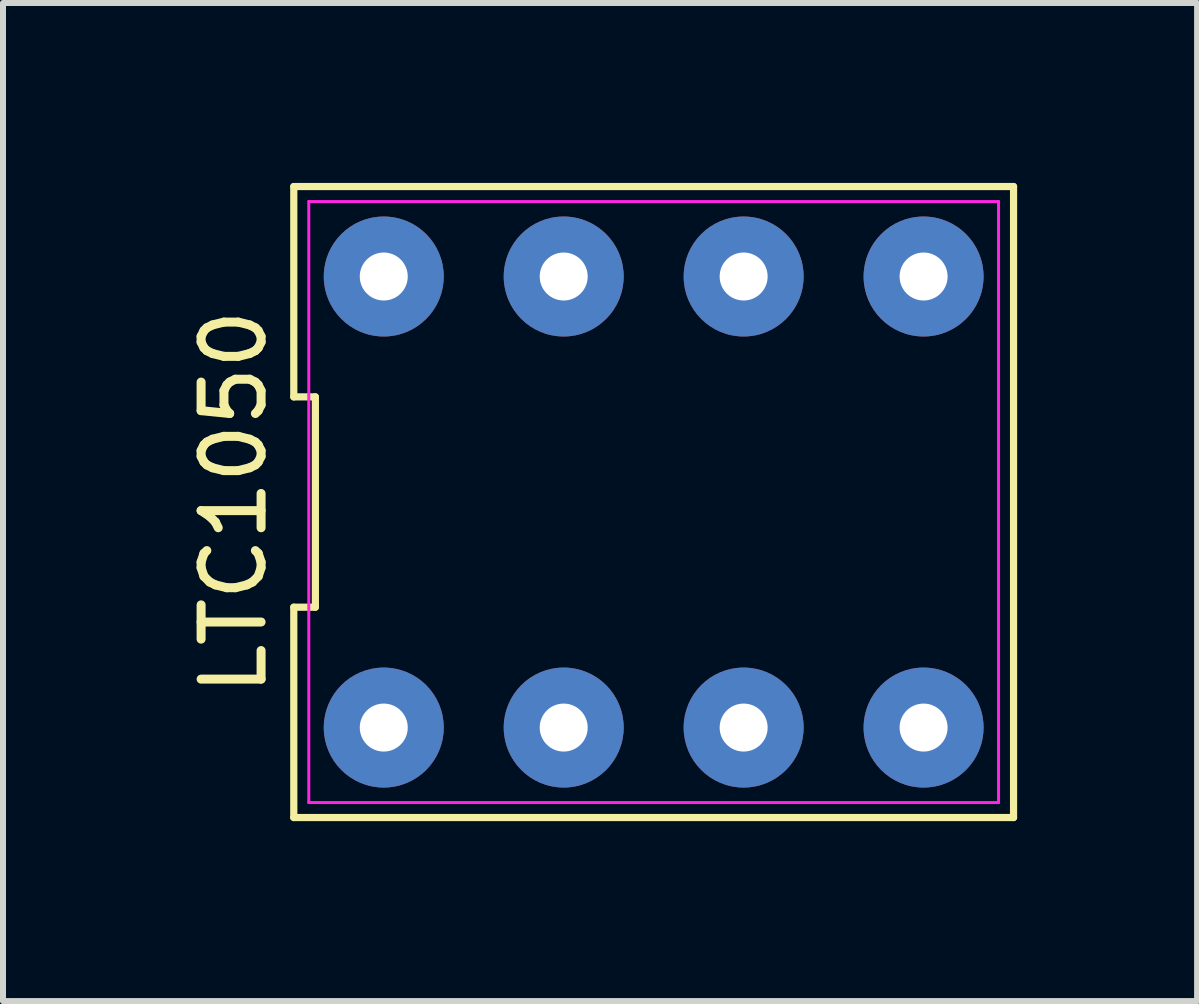
<source format=kicad_pcb>
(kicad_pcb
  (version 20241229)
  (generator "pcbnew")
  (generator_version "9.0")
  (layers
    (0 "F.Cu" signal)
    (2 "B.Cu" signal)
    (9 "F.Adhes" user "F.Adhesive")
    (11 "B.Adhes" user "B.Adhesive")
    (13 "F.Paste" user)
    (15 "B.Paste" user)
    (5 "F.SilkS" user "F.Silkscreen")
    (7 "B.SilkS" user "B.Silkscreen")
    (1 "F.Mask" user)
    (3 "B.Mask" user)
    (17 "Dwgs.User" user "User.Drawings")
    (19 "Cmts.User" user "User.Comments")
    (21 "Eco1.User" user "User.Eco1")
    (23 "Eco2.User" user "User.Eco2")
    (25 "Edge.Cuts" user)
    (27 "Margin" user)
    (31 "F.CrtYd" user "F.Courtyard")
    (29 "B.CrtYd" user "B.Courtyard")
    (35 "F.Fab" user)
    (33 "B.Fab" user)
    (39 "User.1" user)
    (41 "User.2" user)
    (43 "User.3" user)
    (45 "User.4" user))
  (footprint "LTC1050"
    (layer "F.Cu")
    (at 7.848 5.32)
    (property "Reference" "LTC1050" (at -7 0 90) (layer "F.SilkS") (effects (font (size 1 1) (thickness 0.15))))
    (attr through_hole)
    (fp_line (start -6 -5.26) (end -6 -1.753) (stroke (width 0.12) (type solid)) (layer "F.SilkS"))
    (fp_line (start -6 -1.753) (end -5.64 -1.753) (stroke (width 0.12) (type solid)) (layer "F.SilkS"))
    (fp_line (start -6 1.753) (end -6 5.26) (stroke (width 0.12) (type solid)) (layer "F.SilkS"))
    (fp_line (start -6 5.26) (end 6 5.26) (stroke (width 0.12) (type solid)) (layer "F.SilkS"))
    (fp_line (start -5.64 -1.753) (end -5.64 1.753) (stroke (width 0.12) (type solid)) (layer "F.SilkS"))
    (fp_line (start -5.64 1.753) (end -6 1.753) (stroke (width 0.12) (type solid)) (layer "F.SilkS"))
    (fp_line (start 6 -5.26) (end -6 -5.26) (stroke (width 0.12) (type solid)) (layer "F.SilkS"))
    (fp_line (start 6 5.26) (end 6 -5.26) (stroke (width 0.12) (type solid)) (layer "F.SilkS"))
    (fp_line (start -5.75 -5.01) (end 5.75 -5.01) (stroke (width 0.05) (type solid)) (layer "F.CrtYd"))
    (fp_line (start -5.75 5.01) (end -5.75 -5.01) (stroke (width 0.05) (type solid)) (layer "F.CrtYd"))
    (fp_line (start 5.75 -5.01) (end 5.75 5.01) (stroke (width 0.05) (type solid)) (layer "F.CrtYd"))
    (fp_line (start 5.75 5.01) (end -5.75 5.01) (stroke (width 0.05) (type solid)) (layer "F.CrtYd"))
    (pad "1" thru_hole circle (at -4.5 3.76) (size 2 2) (drill 0.8) (layers "*.Cu" "*.Mask"))
    (pad "2" thru_hole circle (at -1.5 3.76) (size 2 2) (drill 0.8) (layers "*.Cu" "*.Mask"))
    (pad "3" thru_hole circle (at 1.5 3.76) (size 2 2) (drill 0.8) (layers "*.Cu" "*.Mask"))
    (pad "4" thru_hole circle (at 4.5 3.76) (size 2 2) (drill 0.8) (layers "*.Cu" "*.Mask"))
    (pad "5" thru_hole circle (at 4.5 -3.76) (size 2 2) (drill 0.8) (layers "*.Cu" "*.Mask"))
    (pad "6" thru_hole circle (at 1.5 -3.76) (size 2 2) (drill 0.8) (layers "*.Cu" "*.Mask"))
    (pad "7" thru_hole circle (at -1.5 -3.76) (size 2 2) (drill 0.8) (layers "*.Cu" "*.Mask"))
    (pad "8" thru_hole circle (at -4.5 -3.76) (size 2 2) (drill 0.8) (layers "*.Cu" "*.Mask")))
  (gr_rect
    (start -3 -3)
    (end 16.908 13.64)
    (stroke (width 0.1) (type default))
    (fill no)
    (layer "Edge.Cuts")))
</source>
